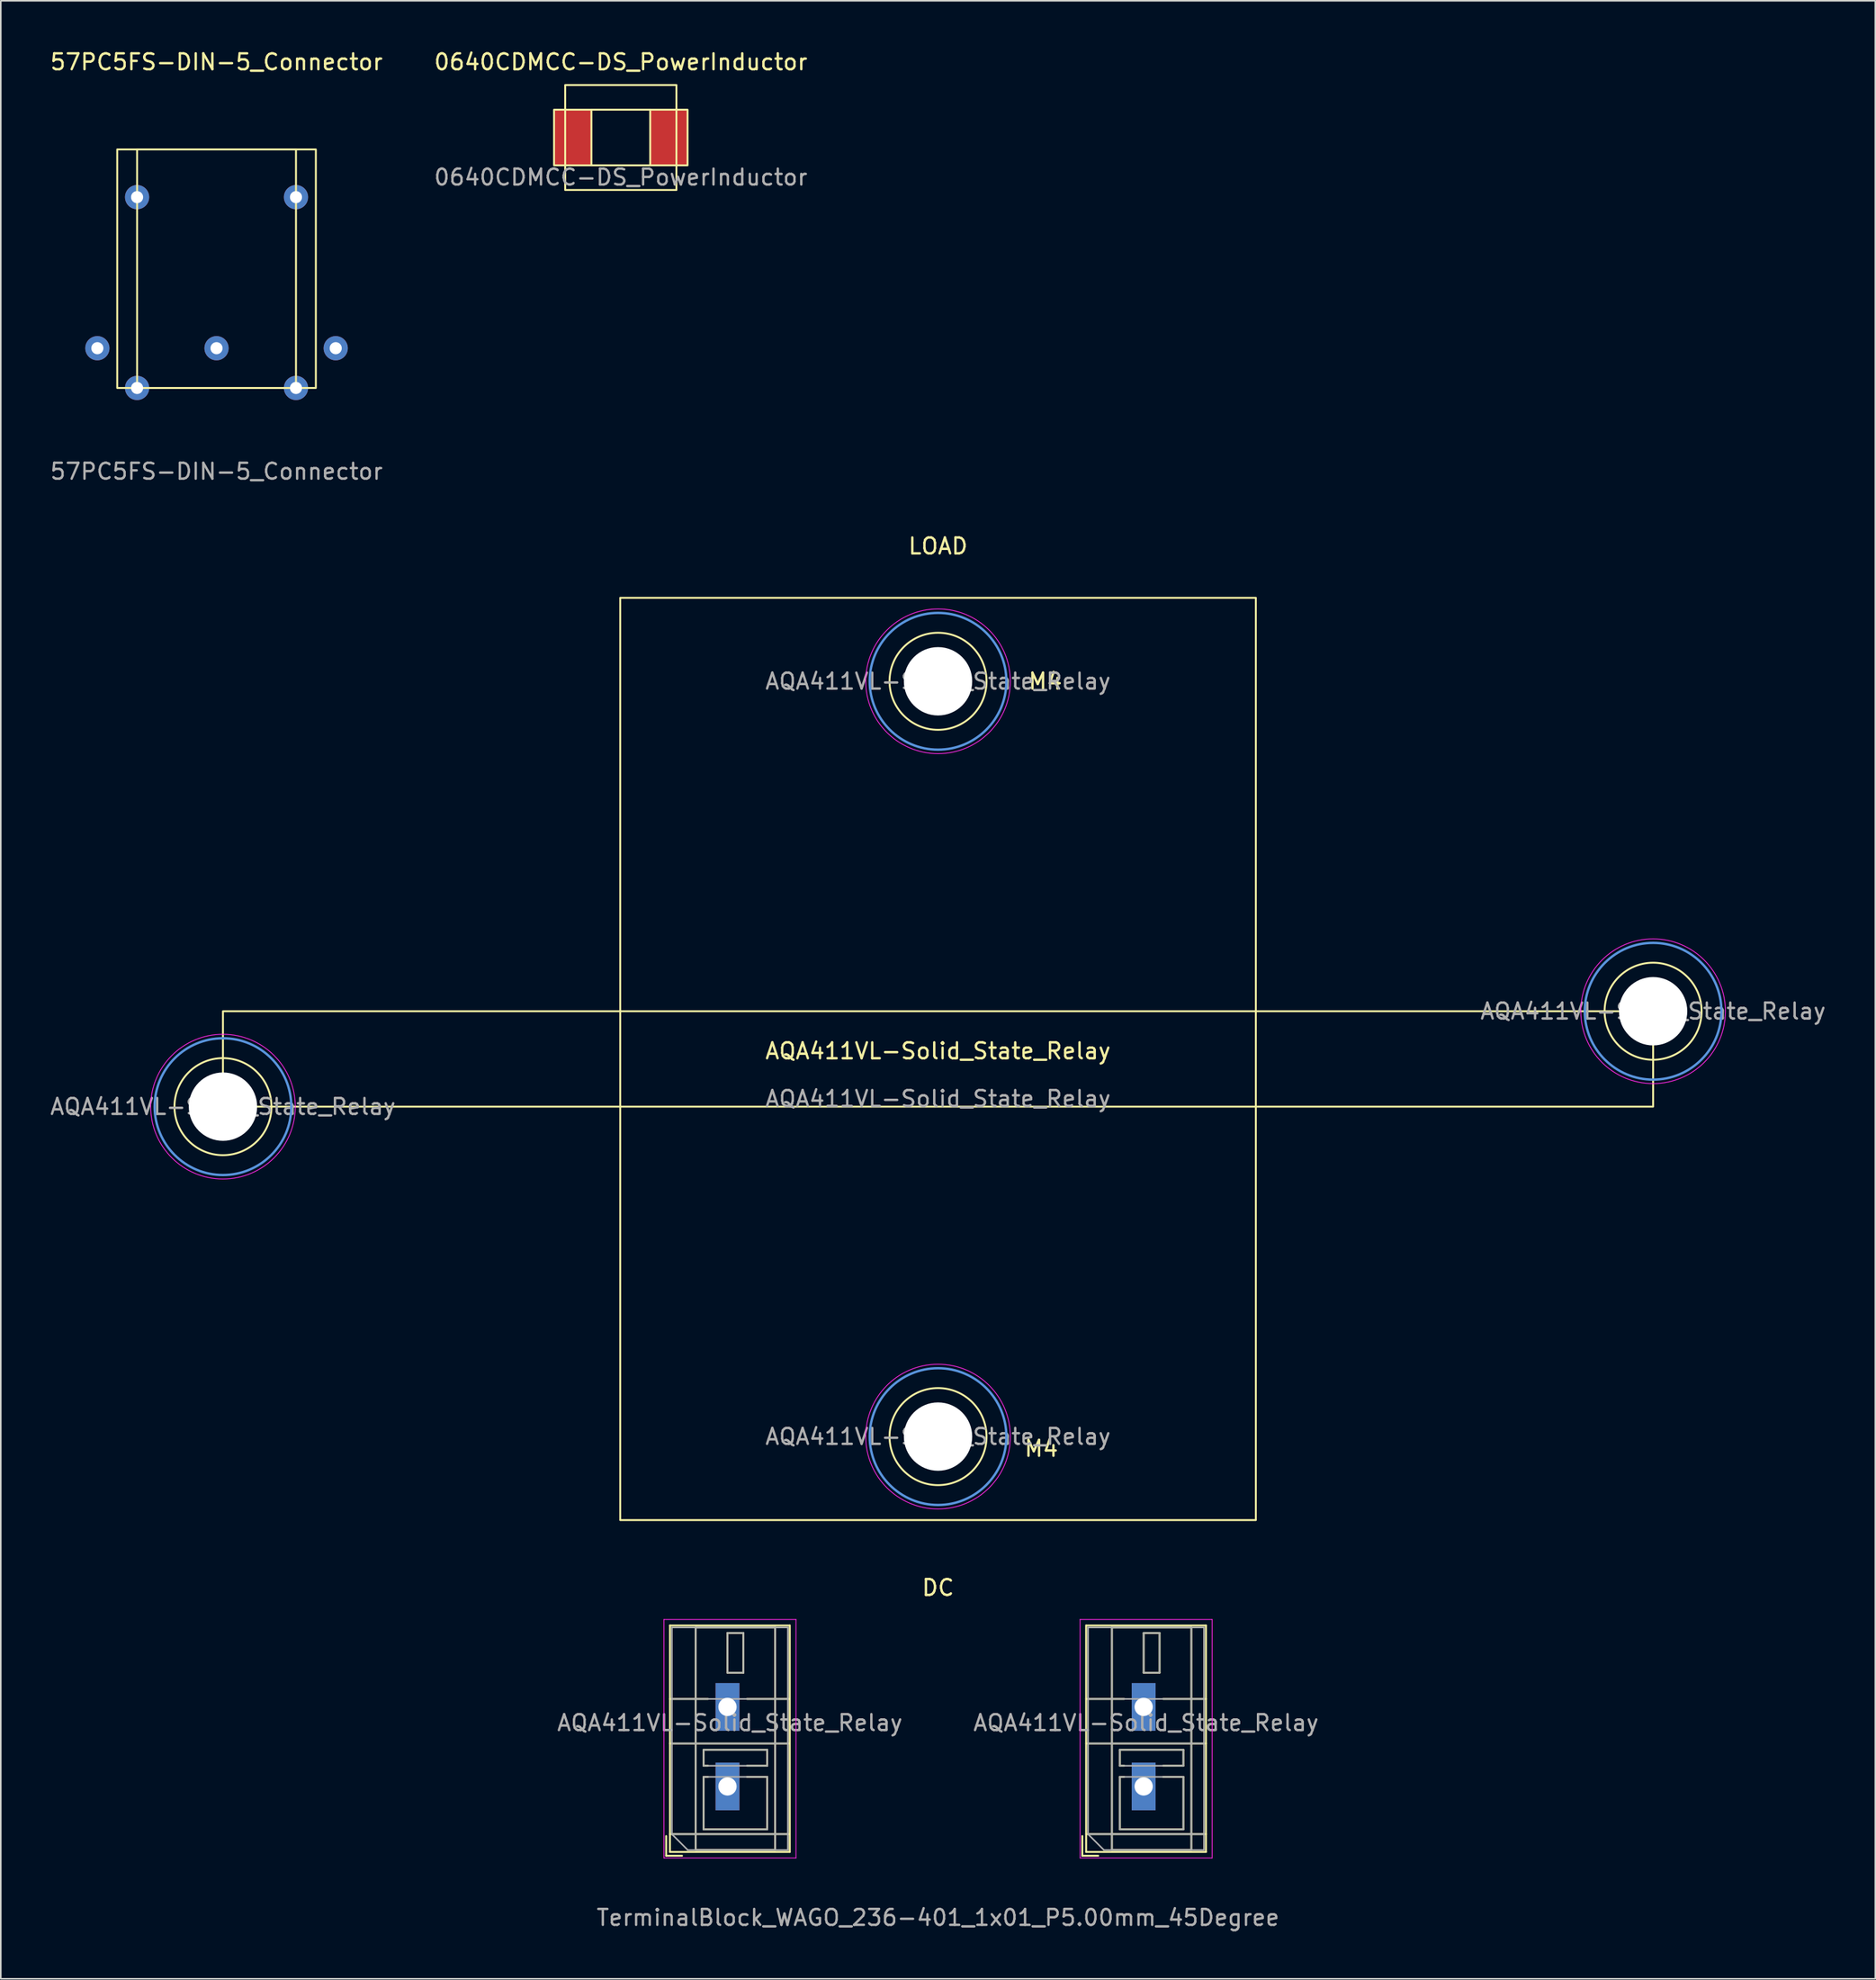
<source format=kicad_pcb>
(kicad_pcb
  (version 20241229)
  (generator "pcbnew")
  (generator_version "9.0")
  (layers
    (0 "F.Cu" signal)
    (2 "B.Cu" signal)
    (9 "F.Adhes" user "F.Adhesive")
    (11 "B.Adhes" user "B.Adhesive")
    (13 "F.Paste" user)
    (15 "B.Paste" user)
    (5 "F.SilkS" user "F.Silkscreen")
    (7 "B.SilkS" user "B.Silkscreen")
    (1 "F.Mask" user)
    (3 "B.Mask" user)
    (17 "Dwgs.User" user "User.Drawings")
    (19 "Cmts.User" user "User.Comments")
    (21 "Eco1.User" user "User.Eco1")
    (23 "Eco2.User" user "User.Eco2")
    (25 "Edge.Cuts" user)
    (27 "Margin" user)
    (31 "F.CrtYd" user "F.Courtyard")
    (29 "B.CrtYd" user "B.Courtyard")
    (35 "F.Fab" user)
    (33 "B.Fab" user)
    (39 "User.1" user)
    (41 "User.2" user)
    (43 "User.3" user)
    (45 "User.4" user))
  (footprint "0640CDMCC-DS_PowerInductor"
    (layer "F.Cu")
    (at 36.018 5.598)
    (property "Reference" "0640CDMCC-DS_PowerInductor" (at 0 -4.75 0) (unlocked yes) (layer "F.SilkS") (effects (font (size 1 1) (thickness 0.15))))
    (attr smd)
    (fp_rect (start -4.2 -1.75) (end 4.2 1.75) (stroke (width 0.12) (type solid)) (fill no) (layer "F.SilkS"))
    (fp_rect (start -3.5 -3.3) (end 3.5 3.3) (stroke (width 0.12) (type solid)) (fill no) (layer "F.SilkS"))
    (fp_rect (start -1.85 -1.75) (end 1.85 1.75) (stroke (width 0.12) (type solid)) (fill no) (layer "F.SilkS"))
    (fp_text user "${REFERENCE}" (at 0 2.5 0) (unlocked yes) (layer "F.Fab") (effects (font (size 1 1) (thickness 0.15))))
    (pad "1" smd rect (at -3 0) (size 2.35 3.5) (layers "F.Cu" "F.Mask" "F.Paste"))
    (pad "2" smd rect (at 3 0) (size 2.35 3.5) (layers "F.Cu" "F.Mask" "F.Paste")))
  (footprint "57PC5FS-DIN-5_Connector"
    (layer "F.Cu")
    (at 10.577 13.848)
    (property "Reference" "57PC5FS-DIN-5_Connector" (at 0 -13 0) (unlocked yes) (layer "F.SilkS") (effects (font (size 1 1) (thickness 0.15))))
    (attr through_hole)
    (fp_rect (start -6.25 -7.5) (end 6.25 7.5) (stroke (width 0.12) (type solid)) (fill no) (layer "F.SilkS"))
    (fp_rect (start -5 -7.5) (end 5 7.5) (stroke (width 0.12) (type solid)) (fill no) (layer "F.SilkS"))
    (fp_text user "${REFERENCE}" (at 0 12.75 0) (unlocked yes) (layer "F.Fab") (effects (font (size 1 1) (thickness 0.15))))
    (pad "" np_thru_hole circle (at -5 -4.5) (size 1.524 1.524) (drill 0.762) (layers "*.Cu" "*.Mask"))
    (pad "" np_thru_hole circle (at 5 -4.5) (size 1.524 1.524) (drill 0.762) (layers "*.Cu" "*.Mask"))
    (pad "1" thru_hole circle (at 7.5 5) (size 1.524 1.524) (drill 0.762) (layers "*.Cu" "*.Mask"))
    (pad "2" thru_hole circle (at 0 5) (size 1.524 1.524) (drill 0.762) (layers "*.Cu" "*.Mask"))
    (pad "3" thru_hole circle (at -7.5 5) (size 1.524 1.524) (drill 0.762) (layers "*.Cu" "*.Mask"))
    (pad "4" thru_hole circle (at 5 7.5) (size 1.524 1.524) (drill 0.762) (layers "*.Cu" "*.Mask"))
    (pad "5" thru_hole circle (at -5 7.5) (size 1.524 1.524) (drill 0.762) (layers "*.Cu" "*.Mask")))
  (footprint "AQA411VL-Solid_State_Relay"
    (layer "F.Cu")
    (at 55.982 63.545)
    (property "Reference" "AQA411VL-Solid_State_Relay" (at 0 -0.5 0) (unlocked yes) (layer "F.SilkS") (effects (font (size 1 1) (thickness 0.15))))
    (attr smd)
    (fp_line (start -17.11 48.87) (end -17.11 50.11) (stroke (width 0.12) (type solid)) (layer "F.SilkS"))
    (fp_line (start -17.11 50.11) (end -16.11 50.11) (stroke (width 0.12) (type solid)) (layer "F.SilkS"))
    (fp_line (start -16.87 35.63) (end -16.87 49.87) (stroke (width 0.12) (type solid)) (layer "F.SilkS"))
    (fp_line (start -16.87 35.63) (end -9.33 35.63) (stroke (width 0.12) (type solid)) (layer "F.SilkS"))
    (fp_line (start -16.87 40.25) (end -14.48 40.25) (stroke (width 0.12) (type solid)) (layer "F.SilkS"))
    (fp_line (start -16.87 43.05) (end -9.33 43.05) (stroke (width 0.12) (type solid)) (layer "F.SilkS"))
    (fp_line (start -16.87 48.75) (end -9.33 48.75) (stroke (width 0.12) (type solid)) (layer "F.SilkS"))
    (fp_line (start -16.87 49.87) (end -9.33 49.87) (stroke (width 0.12) (type solid)) (layer "F.SilkS"))
    (fp_line (start -15.25 35.75) (end -15.25 49.75) (stroke (width 0.12) (type solid)) (layer "F.SilkS"))
    (fp_line (start -15.25 35.75) (end -10.25 35.75) (stroke (width 0.12) (type solid)) (layer "F.SilkS"))
    (fp_line (start -15.25 49.75) (end -10.25 49.75) (stroke (width 0.12) (type solid)) (layer "F.SilkS"))
    (fp_line (start -14.75 43.45) (end -14.75 44.45) (stroke (width 0.12) (type solid)) (layer "F.SilkS"))
    (fp_line (start -14.75 43.45) (end -10.75 43.45) (stroke (width 0.12) (type solid)) (layer "F.SilkS"))
    (fp_line (start -14.75 44.45) (end -14.48 44.45) (stroke (width 0.12) (type solid)) (layer "F.SilkS"))
    (fp_line (start -14.75 45.15) (end -14.75 48.45) (stroke (width 0.12) (type solid)) (layer "F.SilkS"))
    (fp_line (start -14.75 45.15) (end -14.48 45.15) (stroke (width 0.12) (type solid)) (layer "F.SilkS"))
    (fp_line (start -14.75 48.45) (end -10.75 48.45) (stroke (width 0.12) (type solid)) (layer "F.SilkS"))
    (fp_line (start -13.25 36.1) (end -13.25 38.599) (stroke (width 0.12) (type solid)) (layer "F.SilkS"))
    (fp_line (start -13.25 36.1) (end -12.25 36.1) (stroke (width 0.12) (type solid)) (layer "F.SilkS"))
    (fp_line (start -13.25 38.599) (end -12.25 38.599) (stroke (width 0.12) (type solid)) (layer "F.SilkS"))
    (fp_line (start -12.25 36.1) (end -12.25 38.599) (stroke (width 0.12) (type solid)) (layer "F.SilkS"))
    (fp_line (start -12.02 40.25) (end -9.33 40.25) (stroke (width 0.12) (type solid)) (layer "F.SilkS"))
    (fp_line (start -12.02 44.45) (end -10.75 44.45) (stroke (width 0.12) (type solid)) (layer "F.SilkS"))
    (fp_line (start -12.02 45.15) (end -10.75 45.15) (stroke (width 0.12) (type solid)) (layer "F.SilkS"))
    (fp_line (start -10.75 43.45) (end -10.75 44.45) (stroke (width 0.12) (type solid)) (layer "F.SilkS"))
    (fp_line (start -10.75 45.15) (end -10.75 48.45) (stroke (width 0.12) (type solid)) (layer "F.SilkS"))
    (fp_line (start -10.25 35.75) (end -10.25 49.75) (stroke (width 0.12) (type solid)) (layer "F.SilkS"))
    (fp_line (start -9.33 35.63) (end -9.33 49.87) (stroke (width 0.12) (type solid)) (layer "F.SilkS"))
    (fp_line (start 9.08 48.87) (end 9.08 50.11) (stroke (width 0.12) (type solid)) (layer "F.SilkS"))
    (fp_line (start 9.08 50.11) (end 10.08 50.11) (stroke (width 0.12) (type solid)) (layer "F.SilkS"))
    (fp_line (start 9.32 35.63) (end 9.32 49.87) (stroke (width 0.12) (type solid)) (layer "F.SilkS"))
    (fp_line (start 9.32 35.63) (end 16.86 35.63) (stroke (width 0.12) (type solid)) (layer "F.SilkS"))
    (fp_line (start 9.32 40.25) (end 11.71 40.25) (stroke (width 0.12) (type solid)) (layer "F.SilkS"))
    (fp_line (start 9.32 43.05) (end 16.86 43.05) (stroke (width 0.12) (type solid)) (layer "F.SilkS"))
    (fp_line (start 9.32 48.75) (end 16.86 48.75) (stroke (width 0.12) (type solid)) (layer "F.SilkS"))
    (fp_line (start 9.32 49.87) (end 16.86 49.87) (stroke (width 0.12) (type solid)) (layer "F.SilkS"))
    (fp_line (start 10.94 35.75) (end 10.94 49.75) (stroke (width 0.12) (type solid)) (layer "F.SilkS"))
    (fp_line (start 10.94 35.75) (end 15.94 35.75) (stroke (width 0.12) (type solid)) (layer "F.SilkS"))
    (fp_line (start 10.94 49.75) (end 15.94 49.75) (stroke (width 0.12) (type solid)) (layer "F.SilkS"))
    (fp_line (start 11.44 43.45) (end 11.44 44.45) (stroke (width 0.12) (type solid)) (layer "F.SilkS"))
    (fp_line (start 11.44 43.45) (end 15.44 43.45) (stroke (width 0.12) (type solid)) (layer "F.SilkS"))
    (fp_line (start 11.44 44.45) (end 11.71 44.45) (stroke (width 0.12) (type solid)) (layer "F.SilkS"))
    (fp_line (start 11.44 45.15) (end 11.44 48.45) (stroke (width 0.12) (type solid)) (layer "F.SilkS"))
    (fp_line (start 11.44 45.15) (end 11.71 45.15) (stroke (width 0.12) (type solid)) (layer "F.SilkS"))
    (fp_line (start 11.44 48.45) (end 15.44 48.45) (stroke (width 0.12) (type solid)) (layer "F.SilkS"))
    (fp_line (start 12.94 36.1) (end 12.94 38.599) (stroke (width 0.12) (type solid)) (layer "F.SilkS"))
    (fp_line (start 12.94 36.1) (end 13.94 36.1) (stroke (width 0.12) (type solid)) (layer "F.SilkS"))
    (fp_line (start 12.94 38.599) (end 13.94 38.599) (stroke (width 0.12) (type solid)) (layer "F.SilkS"))
    (fp_line (start 13.94 36.1) (end 13.94 38.599) (stroke (width 0.12) (type solid)) (layer "F.SilkS"))
    (fp_line (start 14.17 40.25) (end 16.86 40.25) (stroke (width 0.12) (type solid)) (layer "F.SilkS"))
    (fp_line (start 14.17 44.45) (end 15.44 44.45) (stroke (width 0.12) (type solid)) (layer "F.SilkS"))
    (fp_line (start 14.17 45.15) (end 15.44 45.15) (stroke (width 0.12) (type solid)) (layer "F.SilkS"))
    (fp_line (start 15.44 43.45) (end 15.44 44.45) (stroke (width 0.12) (type solid)) (layer "F.SilkS"))
    (fp_line (start 15.44 45.15) (end 15.44 48.45) (stroke (width 0.12) (type solid)) (layer "F.SilkS"))
    (fp_line (start 15.94 35.75) (end 15.94 49.75) (stroke (width 0.12) (type solid)) (layer "F.SilkS"))
    (fp_line (start 16.86 35.63) (end 16.86 49.87) (stroke (width 0.12) (type solid)) (layer "F.SilkS"))
    (fp_rect (start -45 -3) (end 45 3) (stroke (width 0.12) (type solid)) (fill no) (layer "F.SilkS"))
    (fp_rect (start -20 -29) (end 20 29) (stroke (width 0.12) (type solid)) (fill no) (layer "F.SilkS"))
    (fp_circle (center -45 3) (end -41.948 3) (stroke (width 0.12) (type solid)) (fill no) (layer "F.SilkS"))
    (fp_circle (center 0 -23.75) (end 3.052 -23.75) (stroke (width 0.12) (type solid)) (fill no) (layer "F.SilkS"))
    (fp_circle (center 0 23.75) (end 3.052 23.75) (stroke (width 0.12) (type solid)) (fill no) (layer "F.SilkS"))
    (fp_circle (center 45 -3) (end 48.052 -3) (stroke (width 0.12) (type solid)) (fill no) (layer "F.SilkS"))
    (fp_circle (center -45 3) (end -40.7 3) (stroke (width 0.15) (type solid)) (fill no) (layer "Cmts.User"))
    (fp_circle (center 0 -23.75) (end 4.3 -23.75) (stroke (width 0.15) (type solid)) (fill no) (layer "Cmts.User"))
    (fp_circle (center 0 23.75) (end 4.3 23.75) (stroke (width 0.15) (type solid)) (fill no) (layer "Cmts.User"))
    (fp_circle (center 45 -3) (end 49.3 -3) (stroke (width 0.15) (type solid)) (fill no) (layer "Cmts.User"))
    (fp_line (start -17.25 35.25) (end -17.25 50.25) (stroke (width 0.05) (type solid)) (layer "F.CrtYd"))
    (fp_line (start -17.25 50.25) (end -8.94 50.25) (stroke (width 0.05) (type solid)) (layer "F.CrtYd"))
    (fp_line (start -8.94 35.25) (end -17.25 35.25) (stroke (width 0.05) (type solid)) (layer "F.CrtYd"))
    (fp_line (start -8.94 50.25) (end -8.94 35.25) (stroke (width 0.05) (type solid)) (layer "F.CrtYd"))
    (fp_line (start 8.94 35.25) (end 8.94 50.25) (stroke (width 0.05) (type solid)) (layer "F.CrtYd"))
    (fp_line (start 8.94 50.25) (end 17.25 50.25) (stroke (width 0.05) (type solid)) (layer "F.CrtYd"))
    (fp_line (start 17.25 35.25) (end 8.94 35.25) (stroke (width 0.05) (type solid)) (layer "F.CrtYd"))
    (fp_line (start 17.25 50.25) (end 17.25 35.25) (stroke (width 0.05) (type solid)) (layer "F.CrtYd"))
    (fp_circle (center -45 3) (end -40.45 3) (stroke (width 0.05) (type solid)) (fill no) (layer "F.CrtYd"))
    (fp_circle (center 0 -23.75) (end 4.55 -23.75) (stroke (width 0.05) (type solid)) (fill no) (layer "F.CrtYd"))
    (fp_circle (center 0 23.75) (end 4.55 23.75) (stroke (width 0.05) (type solid)) (fill no) (layer "F.CrtYd"))
    (fp_circle (center 45 -3) (end 49.55 -3) (stroke (width 0.05) (type solid)) (fill no) (layer "F.CrtYd"))
    (fp_line (start -16.75 35.75) (end -9.45 35.75) (stroke (width 0.1) (type solid)) (layer "F.Fab"))
    (fp_line (start -16.75 40.25) (end -9.45 40.25) (stroke (width 0.1) (type solid)) (layer "F.Fab"))
    (fp_line (start -16.75 43.05) (end -9.45 43.05) (stroke (width 0.1) (type solid)) (layer "F.Fab"))
    (fp_line (start -16.75 48.75) (end -16.75 35.75) (stroke (width 0.1) (type solid)) (layer "F.Fab"))
    (fp_line (start -16.75 48.75) (end -9.45 48.75) (stroke (width 0.1) (type solid)) (layer "F.Fab"))
    (fp_line (start -15.75 49.75) (end -16.75 48.75) (stroke (width 0.1) (type solid)) (layer "F.Fab"))
    (fp_line (start -15.25 35.75) (end -15.25 49.75) (stroke (width 0.1) (type solid)) (layer "F.Fab"))
    (fp_line (start -15.25 49.75) (end -10.25 49.75) (stroke (width 0.1) (type solid)) (layer "F.Fab"))
    (fp_line (start -14.75 43.45) (end -14.75 44.45) (stroke (width 0.1) (type solid)) (layer "F.Fab"))
    (fp_line (start -14.75 44.45) (end -10.75 44.45) (stroke (width 0.1) (type solid)) (layer "F.Fab"))
    (fp_line (start -14.75 45.15) (end -14.75 48.45) (stroke (width 0.1) (type solid)) (layer "F.Fab"))
    (fp_line (start -14.75 48.45) (end -10.75 48.45) (stroke (width 0.1) (type solid)) (layer "F.Fab"))
    (fp_line (start -13.25 36.1) (end -13.25 38.6) (stroke (width 0.1) (type solid)) (layer "F.Fab"))
    (fp_line (start -13.25 38.6) (end -12.25 38.6) (stroke (width 0.1) (type solid)) (layer "F.Fab"))
    (fp_line (start -12.25 36.1) (end -13.25 36.1) (stroke (width 0.1) (type solid)) (layer "F.Fab"))
    (fp_line (start -12.25 38.6) (end -12.25 36.1) (stroke (width 0.1) (type solid)) (layer "F.Fab"))
    (fp_line (start -10.75 43.45) (end -14.75 43.45) (stroke (width 0.1) (type solid)) (layer "F.Fab"))
    (fp_line (start -10.75 44.45) (end -10.75 43.45) (stroke (width 0.1) (type solid)) (layer "F.Fab"))
    (fp_line (start -10.75 45.15) (end -14.75 45.15) (stroke (width 0.1) (type solid)) (layer "F.Fab"))
    (fp_line (start -10.75 48.45) (end -10.75 45.15) (stroke (width 0.1) (type solid)) (layer "F.Fab"))
    (fp_line (start -10.25 35.75) (end -15.25 35.75) (stroke (width 0.1) (type solid)) (layer "F.Fab"))
    (fp_line (start -10.25 49.75) (end -10.25 35.75) (stroke (width 0.1) (type solid)) (layer "F.Fab"))
    (fp_line (start -9.45 35.75) (end -9.45 49.75) (stroke (width 0.1) (type solid)) (layer "F.Fab"))
    (fp_line (start -9.45 49.75) (end -15.75 49.75) (stroke (width 0.1) (type solid)) (layer "F.Fab"))
    (fp_line (start 9.44 35.75) (end 16.74 35.75) (stroke (width 0.1) (type solid)) (layer "F.Fab"))
    (fp_line (start 9.44 40.25) (end 16.74 40.25) (stroke (width 0.1) (type solid)) (layer "F.Fab"))
    (fp_line (start 9.44 43.05) (end 16.74 43.05) (stroke (width 0.1) (type solid)) (layer "F.Fab"))
    (fp_line (start 9.44 48.75) (end 9.44 35.75) (stroke (width 0.1) (type solid)) (layer "F.Fab"))
    (fp_line (start 9.44 48.75) (end 16.74 48.75) (stroke (width 0.1) (type solid)) (layer "F.Fab"))
    (fp_line (start 10.44 49.75) (end 9.44 48.75) (stroke (width 0.1) (type solid)) (layer "F.Fab"))
    (fp_line (start 10.94 35.75) (end 10.94 49.75) (stroke (width 0.1) (type solid)) (layer "F.Fab"))
    (fp_line (start 10.94 49.75) (end 15.94 49.75) (stroke (width 0.1) (type solid)) (layer "F.Fab"))
    (fp_line (start 11.44 43.45) (end 11.44 44.45) (stroke (width 0.1) (type solid)) (layer "F.Fab"))
    (fp_line (start 11.44 44.45) (end 15.44 44.45) (stroke (width 0.1) (type solid)) (layer "F.Fab"))
    (fp_line (start 11.44 45.15) (end 11.44 48.45) (stroke (width 0.1) (type solid)) (layer "F.Fab"))
    (fp_line (start 11.44 48.45) (end 15.44 48.45) (stroke (width 0.1) (type solid)) (layer "F.Fab"))
    (fp_line (start 12.94 36.1) (end 12.94 38.6) (stroke (width 0.1) (type solid)) (layer "F.Fab"))
    (fp_line (start 12.94 38.6) (end 13.94 38.6) (stroke (width 0.1) (type solid)) (layer "F.Fab"))
    (fp_line (start 13.94 36.1) (end 12.94 36.1) (stroke (width 0.1) (type solid)) (layer "F.Fab"))
    (fp_line (start 13.94 38.6) (end 13.94 36.1) (stroke (width 0.1) (type solid)) (layer "F.Fab"))
    (fp_line (start 15.44 43.45) (end 11.44 43.45) (stroke (width 0.1) (type solid)) (layer "F.Fab"))
    (fp_line (start 15.44 44.45) (end 15.44 43.45) (stroke (width 0.1) (type solid)) (layer "F.Fab"))
    (fp_line (start 15.44 45.15) (end 11.44 45.15) (stroke (width 0.1) (type solid)) (layer "F.Fab"))
    (fp_line (start 15.44 48.45) (end 15.44 45.15) (stroke (width 0.1) (type solid)) (layer "F.Fab"))
    (fp_line (start 15.94 35.75) (end 10.94 35.75) (stroke (width 0.1) (type solid)) (layer "F.Fab"))
    (fp_line (start 15.94 49.75) (end 15.94 35.75) (stroke (width 0.1) (type solid)) (layer "F.Fab"))
    (fp_line (start 16.74 35.75) (end 16.74 49.75) (stroke (width 0.1) (type solid)) (layer "F.Fab"))
    (fp_line (start 16.74 49.75) (end 10.44 49.75) (stroke (width 0.1) (type solid)) (layer "F.Fab"))
    (fp_text user "DC" (at 0 33.25 0) (unlocked yes) (layer "F.SilkS") (effects (font (size 1 1) (thickness 0.15))))
    (fp_text user "M4" (at 6.75 -23.75 0) (unlocked yes) (layer "F.SilkS") (effects (font (size 1 1) (thickness 0.15))))
    (fp_text user "LOAD" (at 0 -32.25 0) (unlocked yes) (layer "F.SilkS") (effects (font (size 1 1) (thickness 0.15))))
    (fp_text user "M4" (at 6.5 24.5 0) (unlocked yes) (layer "F.SilkS") (effects (font (size 1 1) (thickness 0.15))))
    (fp_text user "${REFERENCE}" (at -13.1 41.75 0) (layer "F.Fab") (effects (font (size 1 1) (thickness 0.15))))
    (fp_text user "${REFERENCE}" (at 13.09 41.75 0) (layer "F.Fab") (effects (font (size 1 1) (thickness 0.15))))
    (fp_text user "${REFERENCE}" (at -45 3 0) (layer "F.Fab") (effects (font (size 1 1) (thickness 0.15))))
    (fp_text user "TerminalBlock_WAGO_236-401_1x01_P5.00mm_45Degree" (at 0 54 0) (unlocked yes) (layer "F.Fab") (effects (font (size 1 1) (thickness 0.15))))
    (fp_text user "${REFERENCE}" (at 0 -23.75 0) (layer "F.Fab") (effects (font (size 1 1) (thickness 0.15))))
    (fp_text user "${REFERENCE}" (at 45 -3 0) (layer "F.Fab") (effects (font (size 1 1) (thickness 0.15))))
    (fp_text user "${REFERENCE}" (at 0 23.75 0) (layer "F.Fab") (effects (font (size 1 1) (thickness 0.15))))
    (fp_text user "${REFERENCE}" (at 0 2.5 0) (unlocked yes) (layer "F.Fab") (effects (font (size 1 1) (thickness 0.15))))
    (pad "" np_thru_hole circle (at -45 3) (size 4.3 4.3) (drill 4.3) (layers "*.Cu" "*.Mask"))
    (pad "" np_thru_hole circle (at 0 -23.75) (size 4.3 4.3) (drill 4.3) (layers "*.Cu" "*.Mask"))
    (pad "" np_thru_hole circle (at 0 23.75) (size 4.3 4.3) (drill 4.3) (layers "*.Cu" "*.Mask"))
    (pad "" np_thru_hole circle (at 45 -3) (size 4.3 4.3) (drill 4.3) (layers "*.Cu" "*.Mask"))
    (pad "3" thru_hole rect (at -13.25 40.75) (size 1.5 3) (drill 1.15) (layers "*.Cu" "*.Mask"))
    (pad "3" thru_hole rect (at -13.25 45.75) (size 1.5 3) (drill 1.15) (layers "*.Cu" "*.Mask"))
    (pad "4" thru_hole rect (at 12.94 40.75) (size 1.5 3) (drill 1.15) (layers "*.Cu" "*.Mask"))
    (pad "4" thru_hole rect (at 12.94 45.75) (size 1.5 3) (drill 1.15) (layers "*.Cu" "*.Mask")))
  (gr_rect
    (start -3 -3)
    (end 114.964 121.393)
    (stroke (width 0.1) (type default))
    (fill no)
    (layer "Edge.Cuts")))
</source>
